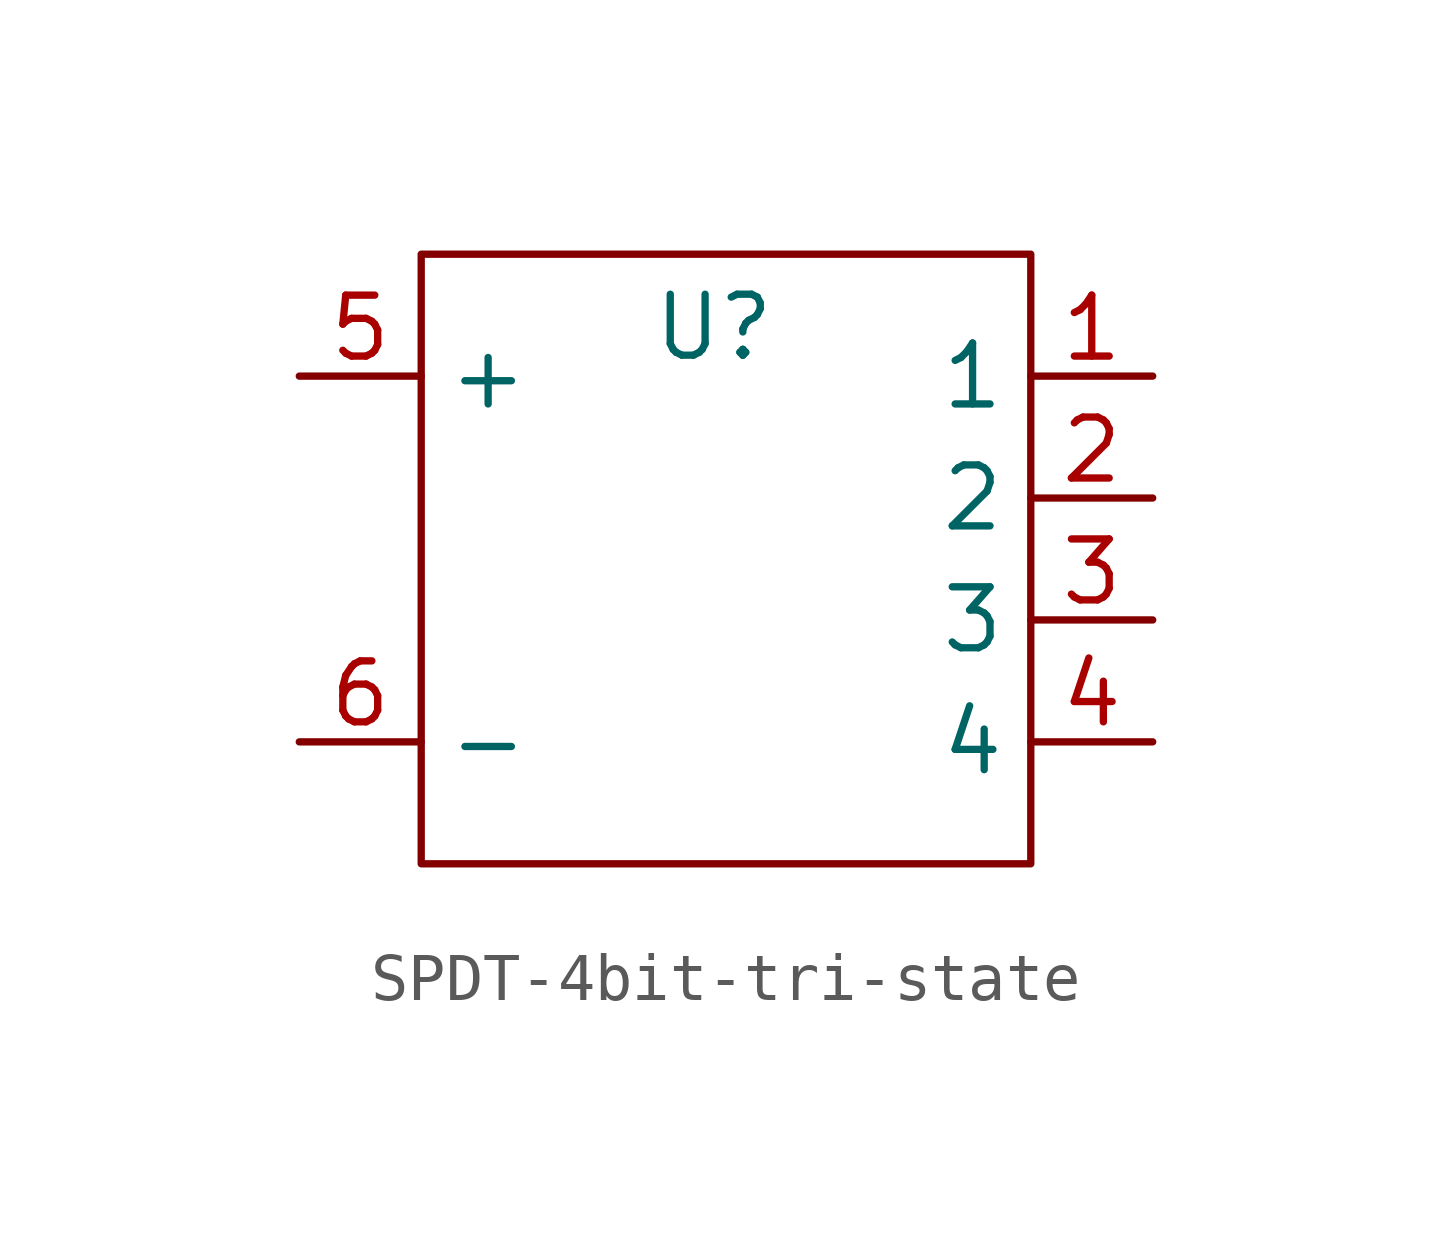
<source format=kicad_sym>
(kicad_symbol_lib
  (version 20241209)
  (generator "kicad_symbol_editor")
  (generator_version "9.0")
  (symbol "SPDT-4bit-tri-state"
    (property "Reference" "U"
      (at 6.096 11.176 0)
      (effects (font (size 1.27 1.27))))
    (property "Value" ""
      (at 0 0 0)
      (effects (font (size 1.27 1.27))))
    (symbol "SPDT-4bit-tri-state_0_1"
      (rectangle (start 0 12.7) (end 12.7 0) (stroke (width 0) (type default)) (fill (type none))))
    (symbol "SPDT-4bit-tri-state_1_1"
      (pin input line (at -2.54 10.16 0) (length 2.54) (name "+" (effects (font (size 1.27 1.27)))) (number "5" (effects (font (size 1.27 1.27)))))
      (pin input line (at -2.54 2.54 0) (length 2.54) (name "-" (effects (font (size 1.27 1.27)))) (number "6" (effects (font (size 1.27 1.27)))))
      (pin output line (at 15.24 10.16 180) (length 2.54) (name "1" (effects (font (size 1.27 1.27)))) (number "1" (effects (font (size 1.27 1.27)))))
      (pin output line (at 15.24 7.62 180) (length 2.54) (name "2" (effects (font (size 1.27 1.27)))) (number "2" (effects (font (size 1.27 1.27)))))
      (pin output line (at 15.24 5.08 180) (length 2.54) (name "3" (effects (font (size 1.27 1.27)))) (number "3" (effects (font (size 1.27 1.27)))))
      (pin output line (at 15.24 2.54 180) (length 2.54) (name "4" (effects (font (size 1.27 1.27)))) (number "4" (effects (font (size 1.27 1.27))))))))
</source>
